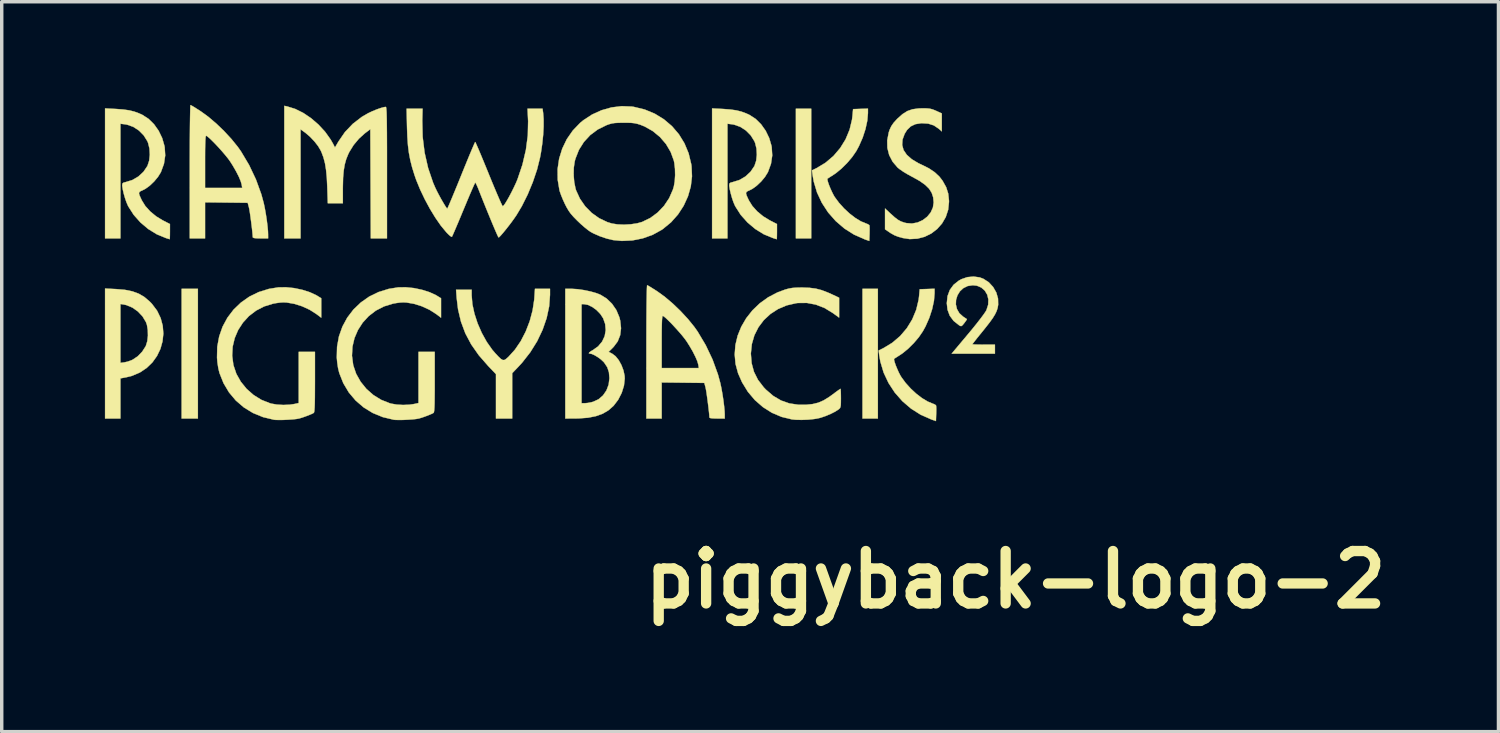
<source format=kicad_pcb>
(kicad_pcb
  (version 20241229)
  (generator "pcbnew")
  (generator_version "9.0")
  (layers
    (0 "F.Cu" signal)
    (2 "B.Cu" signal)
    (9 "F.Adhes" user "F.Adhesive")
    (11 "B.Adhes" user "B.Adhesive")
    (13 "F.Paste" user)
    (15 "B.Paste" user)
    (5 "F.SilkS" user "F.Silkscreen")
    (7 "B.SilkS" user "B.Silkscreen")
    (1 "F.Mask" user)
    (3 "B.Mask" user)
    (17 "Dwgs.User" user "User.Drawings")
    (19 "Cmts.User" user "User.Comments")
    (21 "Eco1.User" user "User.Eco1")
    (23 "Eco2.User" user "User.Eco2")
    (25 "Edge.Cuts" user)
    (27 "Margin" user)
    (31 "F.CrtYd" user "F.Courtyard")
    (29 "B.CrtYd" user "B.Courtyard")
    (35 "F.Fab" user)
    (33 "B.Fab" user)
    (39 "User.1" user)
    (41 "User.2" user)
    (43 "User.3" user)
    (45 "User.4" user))
  (footprint "piggyback-logo-2"
    (layer "F.Cu")
    (at 26.479 13.805)
    (property "Reference" "piggyback-logo-2" (at 0 0 0) (layer "F.SilkS") (effects (font (size 1.524 1.524) (thickness 0.3))))
    (attr through_hole)
    (fp_poly (pts (xy -23.776 -4.687) (xy -24.248 -4.687) (xy -24.248 -8.458) (xy -23.776 -8.458) (xy -23.776 -4.687)) (stroke (width 0.01) (type solid)) (fill yes) (layer "F.SilkS"))
    (fp_poly (pts (xy -5.944 -9.924) (xy -6.389 -9.924) (xy -6.389 -13.695) (xy -5.944 -13.695) (xy -5.944 -9.924)) (stroke (width 0.01) (type solid)) (fill yes) (layer "F.SilkS"))
    (fp_poly (pts (xy -4.006 -4.687) (xy -4.452 -4.687) (xy -4.452 -8.458) (xy -4.006 -8.458) (xy -4.006 -4.687)) (stroke (width 0.01) (type solid)) (fill yes) (layer "F.SilkS"))
    (fp_poly (pts (xy -13.538 -8.281) (xy -13.563 -7.947) (xy -13.636 -7.606) (xy -13.754 -7.266) (xy -13.913 -6.932) (xy -14.112 -6.613) (xy -14.347 -6.313) (xy -14.445 -6.206) (xy -14.638 -6.004) (xy -14.638 -4.687) (xy -15.109 -4.687) (xy -15.109 -5.977) (xy -15.338 -6.217) (xy -15.608 -6.526) (xy -15.828 -6.84) (xy -16 -7.164) (xy -16.126 -7.502) (xy -16.211 -7.86) (xy -16.251 -8.19) (xy -16.269 -8.432) (xy -15.816 -8.432) (xy -15.816 -8.268) (xy -15.795 -8.011) (xy -15.735 -7.735) (xy -15.643 -7.453) (xy -15.522 -7.176) (xy -15.378 -6.916) (xy -15.215 -6.684) (xy -15.124 -6.579) (xy -15.031 -6.48) (xy -14.963 -6.417) (xy -14.91 -6.387) (xy -14.864 -6.389) (xy -14.815 -6.419) (xy -14.752 -6.475) (xy -14.745 -6.481) (xy -14.557 -6.689) (xy -14.388 -6.937) (xy -14.244 -7.216) (xy -14.128 -7.516) (xy -14.044 -7.83) (xy -13.996 -8.146) (xy -13.991 -8.216) (xy -13.975 -8.458) (xy -13.538 -8.458) (xy -13.538 -8.281)) (stroke (width 0.01) (type solid)) (fill yes) (layer "F.SilkS"))
    (fp_poly (pts (xy -26.153 -8.45) (xy -25.896 -8.428) (xy -25.68 -8.384) (xy -25.494 -8.316) (xy -25.329 -8.218) (xy -25.177 -8.088) (xy -25.113 -8.022) (xy -24.962 -7.822) (xy -24.858 -7.607) (xy -24.798 -7.383) (xy -24.78 -7.155) (xy -24.804 -6.93) (xy -24.865 -6.712) (xy -24.964 -6.507) (xy -25.097 -6.32) (xy -25.264 -6.158) (xy -25.461 -6.026) (xy -25.687 -5.929) (xy -25.853 -5.887) (xy -26.028 -5.854) (xy -26.028 -4.687) (xy -26.474 -4.687) (xy -26.474 -6.304) (xy -26.028 -6.304) (xy -25.911 -6.32) (xy -25.815 -6.342) (xy -25.709 -6.38) (xy -25.667 -6.4) (xy -25.524 -6.496) (xy -25.396 -6.629) (xy -25.297 -6.782) (xy -25.286 -6.805) (xy -25.246 -6.936) (xy -25.228 -7.094) (xy -25.232 -7.258) (xy -25.257 -7.41) (xy -25.287 -7.494) (xy -25.387 -7.659) (xy -25.523 -7.802) (xy -25.681 -7.913) (xy -25.852 -7.984) (xy -25.917 -7.999) (xy -26.028 -8.017) (xy -26.028 -6.304) (xy -26.474 -6.304) (xy -26.474 -8.466) (xy -26.153 -8.45)) (stroke (width 0.01) (type solid)) (fill yes) (layer "F.SilkS"))
    (fp_poly (pts (xy -2.357 -8.33) (xy -2.375 -8.109) (xy -2.428 -7.865) (xy -2.51 -7.614) (xy -2.618 -7.369) (xy -2.698 -7.223) (xy -2.815 -7.052) (xy -2.962 -6.879) (xy -3.124 -6.718) (xy -3.287 -6.584) (xy -3.346 -6.544) (xy -3.43 -6.49) (xy -3.495 -6.448) (xy -3.531 -6.425) (xy -3.533 -6.423) (xy -3.535 -6.392) (xy -3.518 -6.325) (xy -3.487 -6.235) (xy -3.445 -6.133) (xy -3.399 -6.03) (xy -3.351 -5.937) (xy -3.323 -5.891) (xy -3.199 -5.722) (xy -3.051 -5.558) (xy -2.889 -5.408) (xy -2.722 -5.28) (xy -2.562 -5.183) (xy -2.429 -5.127) (xy -2.361 -5.101) (xy -2.319 -5.074) (xy -2.314 -5.066) (xy -2.309 -5.027) (xy -2.307 -4.951) (xy -2.309 -4.852) (xy -2.31 -4.824) (xy -2.317 -4.613) (xy -2.448 -4.659) (xy -2.757 -4.795) (xy -3.04 -4.974) (xy -3.293 -5.191) (xy -3.513 -5.441) (xy -3.695 -5.719) (xy -3.837 -6.02) (xy -3.933 -6.34) (xy -3.967 -6.534) (xy -3.983 -6.665) (xy -3.844 -6.733) (xy -3.587 -6.889) (xy -3.358 -7.084) (xy -3.163 -7.313) (xy -3.006 -7.569) (xy -2.89 -7.848) (xy -2.82 -8.141) (xy -2.807 -8.248) (xy -2.789 -8.445) (xy -2.357 -8.46) (xy -2.357 -8.33)) (stroke (width 0.01) (type solid)) (fill yes) (layer "F.SilkS"))
    (fp_poly (pts (xy -4.294 -13.567) (xy -4.313 -13.346) (xy -4.366 -13.102) (xy -4.448 -12.851) (xy -4.556 -12.606) (xy -4.635 -12.46) (xy -4.753 -12.289) (xy -4.9 -12.116) (xy -5.062 -11.955) (xy -5.225 -11.821) (xy -5.284 -11.781) (xy -5.368 -11.727) (xy -5.433 -11.685) (xy -5.468 -11.662) (xy -5.471 -11.66) (xy -5.473 -11.629) (xy -5.456 -11.562) (xy -5.425 -11.472) (xy -5.383 -11.37) (xy -5.336 -11.267) (xy -5.289 -11.175) (xy -5.261 -11.128) (xy -5.136 -10.959) (xy -4.988 -10.795) (xy -4.826 -10.645) (xy -4.66 -10.517) (xy -4.5 -10.42) (xy -4.367 -10.365) (xy -4.299 -10.338) (xy -4.256 -10.311) (xy -4.251 -10.303) (xy -4.247 -10.265) (xy -4.245 -10.188) (xy -4.247 -10.089) (xy -4.247 -10.062) (xy -4.255 -9.85) (xy -4.386 -9.896) (xy -4.695 -10.032) (xy -4.978 -10.211) (xy -5.231 -10.428) (xy -5.451 -10.678) (xy -5.633 -10.956) (xy -5.774 -11.257) (xy -5.87 -11.577) (xy -5.904 -11.771) (xy -5.921 -11.902) (xy -5.782 -11.97) (xy -5.525 -12.126) (xy -5.296 -12.321) (xy -5.101 -12.55) (xy -4.943 -12.806) (xy -4.827 -13.085) (xy -4.757 -13.378) (xy -4.744 -13.486) (xy -4.726 -13.682) (xy -4.51 -13.69) (xy -4.294 -13.697) (xy -4.294 -13.567)) (stroke (width 0.01) (type solid)) (fill yes) (layer "F.SilkS"))
    (fp_poly (pts (xy -21.178 -13.76) (xy -20.946 -13.688) (xy -20.712 -13.572) (xy -20.484 -13.418) (xy -20.27 -13.233) (xy -20.077 -13.024) (xy -19.916 -12.798) (xy -19.848 -12.68) (xy -19.79 -12.567) (xy -19.688 -12.741) (xy -19.499 -13.016) (xy -19.271 -13.255) (xy -19.01 -13.456) (xy -18.83 -13.561) (xy -18.706 -13.62) (xy -18.577 -13.673) (xy -18.457 -13.715) (xy -18.36 -13.741) (xy -18.312 -13.747) (xy -18.305 -13.739) (xy -18.3 -13.713) (xy -18.295 -13.666) (xy -18.29 -13.594) (xy -18.287 -13.495) (xy -18.284 -13.365) (xy -18.282 -13.201) (xy -18.28 -13) (xy -18.279 -12.758) (xy -18.278 -12.473) (xy -18.278 -12.142) (xy -18.278 -11.836) (xy -18.278 -9.924) (xy -18.748 -9.924) (xy -18.755 -11.512) (xy -18.762 -13.099) (xy -18.924 -12.977) (xy -19.092 -12.825) (xy -19.247 -12.64) (xy -19.373 -12.437) (xy -19.405 -12.371) (xy -19.464 -12.225) (xy -19.507 -12.069) (xy -19.536 -11.894) (xy -19.554 -11.689) (xy -19.56 -11.445) (xy -19.561 -11.379) (xy -19.561 -10.946) (xy -19.998 -10.946) (xy -20.014 -11.423) (xy -20.027 -11.691) (xy -20.049 -11.916) (xy -20.08 -12.108) (xy -20.124 -12.275) (xy -20.181 -12.428) (xy -20.205 -12.48) (xy -20.28 -12.607) (xy -20.388 -12.745) (xy -20.515 -12.879) (xy -20.648 -12.993) (xy -20.67 -13.009) (xy -20.791 -13.096) (xy -20.791 -9.924) (xy -21.263 -9.924) (xy -21.263 -13.778) (xy -21.178 -13.76)) (stroke (width 0.01) (type solid)) (fill yes) (layer "F.SilkS"))
    (fp_poly (pts (xy -1.046 -8.79) (xy -0.937 -8.749) (xy -0.78 -8.647) (xy -0.654 -8.51) (xy -0.562 -8.349) (xy -0.512 -8.174) (xy -0.508 -7.994) (xy -0.524 -7.902) (xy -0.553 -7.811) (xy -0.599 -7.715) (xy -0.666 -7.606) (xy -0.759 -7.477) (xy -0.882 -7.32) (xy -0.955 -7.229) (xy -1.051 -7.111) (xy -1.135 -7.007) (xy -1.2 -6.924) (xy -1.243 -6.868) (xy -1.257 -6.847) (xy -1.232 -6.842) (xy -1.165 -6.838) (xy -1.066 -6.836) (xy -0.944 -6.834) (xy -0.93 -6.834) (xy -0.602 -6.834) (xy -0.602 -6.573) (xy -1.86 -6.573) (xy -1.386 -7.138) (xy -1.249 -7.303) (xy -1.125 -7.457) (xy -1.018 -7.595) (xy -0.933 -7.709) (xy -0.874 -7.795) (xy -0.849 -7.838) (xy -0.798 -7.996) (xy -0.792 -8.148) (xy -0.825 -8.286) (xy -0.895 -8.404) (xy -0.997 -8.494) (xy -1.127 -8.549) (xy -1.246 -8.562) (xy -1.396 -8.539) (xy -1.521 -8.477) (xy -1.621 -8.384) (xy -1.692 -8.268) (xy -1.732 -8.139) (xy -1.738 -8.004) (xy -1.707 -7.871) (xy -1.638 -7.75) (xy -1.527 -7.649) (xy -1.524 -7.647) (xy -1.463 -7.607) (xy -1.424 -7.581) (xy -1.417 -7.576) (xy -1.427 -7.554) (xy -1.461 -7.505) (xy -1.492 -7.463) (xy -1.543 -7.401) (xy -1.576 -7.375) (xy -1.607 -7.377) (xy -1.646 -7.4) (xy -1.804 -7.526) (xy -1.915 -7.675) (xy -1.98 -7.849) (xy -2.001 -8.039) (xy -1.98 -8.245) (xy -1.914 -8.424) (xy -1.804 -8.575) (xy -1.651 -8.697) (xy -1.576 -8.738) (xy -1.405 -8.797) (xy -1.223 -8.814) (xy -1.046 -8.79)) (stroke (width 0.01) (type solid)) (fill yes) (layer "F.SilkS"))
    (fp_poly (pts (xy -26.153 -13.687) (xy -25.944 -13.671) (xy -25.773 -13.647) (xy -25.623 -13.61) (xy -25.48 -13.557) (xy -25.384 -13.512) (xy -25.208 -13.398) (xy -25.051 -13.243) (xy -24.917 -13.054) (xy -24.814 -12.841) (xy -24.748 -12.613) (xy -24.741 -12.576) (xy -24.726 -12.335) (xy -24.762 -12.093) (xy -24.848 -11.858) (xy -24.855 -11.843) (xy -24.937 -11.711) (xy -25.048 -11.578) (xy -25.174 -11.458) (xy -25.303 -11.364) (xy -25.383 -11.323) (xy -25.444 -11.296) (xy -25.478 -11.27) (xy -25.488 -11.234) (xy -25.473 -11.177) (xy -25.434 -11.09) (xy -25.403 -11.025) (xy -25.304 -10.865) (xy -25.163 -10.709) (xy -24.993 -10.568) (xy -24.805 -10.452) (xy -24.804 -10.452) (xy -24.588 -10.341) (xy -24.588 -10.119) (xy -24.589 -10.019) (xy -24.591 -9.943) (xy -24.594 -9.903) (xy -24.595 -9.9) (xy -24.621 -9.908) (xy -24.68 -9.926) (xy -24.707 -9.935) (xy -24.97 -10.043) (xy -25.219 -10.196) (xy -25.445 -10.387) (xy -25.641 -10.607) (xy -25.797 -10.851) (xy -25.81 -10.876) (xy -25.852 -10.973) (xy -25.894 -11.095) (xy -25.932 -11.227) (xy -25.96 -11.35) (xy -25.975 -11.447) (xy -25.976 -11.471) (xy -25.969 -11.519) (xy -25.937 -11.545) (xy -25.878 -11.56) (xy -25.683 -11.62) (xy -25.506 -11.723) (xy -25.356 -11.862) (xy -25.244 -12.028) (xy -25.241 -12.034) (xy -25.192 -12.183) (xy -25.173 -12.355) (xy -25.183 -12.534) (xy -25.223 -12.698) (xy -25.246 -12.752) (xy -25.352 -12.921) (xy -25.492 -13.062) (xy -25.656 -13.168) (xy -25.835 -13.231) (xy -25.9 -13.242) (xy -26.028 -13.257) (xy -26.028 -9.924) (xy -26.474 -9.924) (xy -26.474 -13.703) (xy -26.153 -13.687)) (stroke (width 0.01) (type solid)) (fill yes) (layer "F.SilkS"))
    (fp_poly (pts (xy -12.903 -8.458) (xy -12.732 -8.447) (xy -12.542 -8.419) (xy -12.35 -8.378) (xy -12.178 -8.328) (xy -12.079 -8.289) (xy -11.893 -8.176) (xy -11.735 -8.023) (xy -11.608 -7.838) (xy -11.52 -7.627) (xy -11.496 -7.529) (xy -11.473 -7.311) (xy -11.498 -7.11) (xy -11.57 -6.928) (xy -11.688 -6.77) (xy -11.696 -6.762) (xy -11.833 -6.625) (xy -11.73 -6.572) (xy -11.631 -6.497) (xy -11.539 -6.382) (xy -11.461 -6.24) (xy -11.402 -6.084) (xy -11.369 -5.927) (xy -11.365 -5.848) (xy -11.388 -5.642) (xy -11.454 -5.431) (xy -11.556 -5.232) (xy -11.688 -5.059) (xy -11.69 -5.057) (xy -11.837 -4.927) (xy -12.006 -4.827) (xy -12.203 -4.756) (xy -12.434 -4.71) (xy -12.704 -4.69) (xy -12.811 -4.688) (xy -13.093 -4.687) (xy -13.093 -5.132) (xy -12.621 -5.132) (xy -12.521 -5.132) (xy -12.437 -5.14) (xy -12.334 -5.16) (xy -12.283 -5.174) (xy -12.127 -5.246) (xy -11.996 -5.359) (xy -11.896 -5.505) (xy -11.832 -5.675) (xy -11.81 -5.861) (xy -11.825 -6.034) (xy -11.873 -6.178) (xy -11.96 -6.309) (xy -11.975 -6.327) (xy -12.053 -6.401) (xy -12.149 -6.472) (xy -12.246 -6.53) (xy -12.332 -6.566) (xy -12.372 -6.573) (xy -12.409 -6.582) (xy -12.398 -6.607) (xy -12.341 -6.648) (xy -12.293 -6.675) (xy -12.139 -6.784) (xy -12.023 -6.923) (xy -11.948 -7.083) (xy -11.918 -7.256) (xy -11.934 -7.436) (xy -11.993 -7.602) (xy -12.076 -7.728) (xy -12.186 -7.841) (xy -12.311 -7.932) (xy -12.439 -7.992) (xy -12.549 -8.012) (xy -12.621 -8.013) (xy -12.621 -5.132) (xy -13.093 -5.132) (xy -13.093 -8.458) (xy -12.903 -8.458)) (stroke (width 0.01) (type solid)) (fill yes) (layer "F.SilkS"))
    (fp_poly (pts (xy -8.504 -13.687) (xy -8.295 -13.671) (xy -8.124 -13.647) (xy -7.974 -13.61) (xy -7.831 -13.557) (xy -7.735 -13.512) (xy -7.559 -13.398) (xy -7.402 -13.243) (xy -7.268 -13.054) (xy -7.165 -12.841) (xy -7.098 -12.613) (xy -7.092 -12.576) (xy -7.077 -12.335) (xy -7.113 -12.093) (xy -7.199 -11.858) (xy -7.206 -11.843) (xy -7.288 -11.711) (xy -7.399 -11.578) (xy -7.525 -11.458) (xy -7.654 -11.364) (xy -7.734 -11.323) (xy -7.795 -11.296) (xy -7.829 -11.27) (xy -7.839 -11.234) (xy -7.824 -11.177) (xy -7.785 -11.09) (xy -7.754 -11.025) (xy -7.654 -10.865) (xy -7.514 -10.709) (xy -7.344 -10.568) (xy -7.155 -10.452) (xy -7.155 -10.452) (xy -6.939 -10.341) (xy -6.939 -10.119) (xy -6.94 -10.019) (xy -6.942 -9.943) (xy -6.945 -9.903) (xy -6.946 -9.9) (xy -6.972 -9.908) (xy -7.031 -9.926) (xy -7.058 -9.935) (xy -7.321 -10.043) (xy -7.569 -10.196) (xy -7.796 -10.387) (xy -7.992 -10.607) (xy -8.148 -10.851) (xy -8.161 -10.876) (xy -8.203 -10.973) (xy -8.245 -11.095) (xy -8.282 -11.227) (xy -8.311 -11.35) (xy -8.326 -11.447) (xy -8.327 -11.471) (xy -8.32 -11.519) (xy -8.288 -11.545) (xy -8.229 -11.56) (xy -8.034 -11.62) (xy -7.857 -11.723) (xy -7.707 -11.862) (xy -7.595 -12.028) (xy -7.592 -12.034) (xy -7.543 -12.183) (xy -7.524 -12.355) (xy -7.534 -12.534) (xy -7.574 -12.698) (xy -7.597 -12.752) (xy -7.703 -12.921) (xy -7.843 -13.062) (xy -8.007 -13.168) (xy -8.186 -13.231) (xy -8.25 -13.242) (xy -8.379 -13.257) (xy -8.379 -9.924) (xy -8.825 -9.924) (xy -8.825 -13.703) (xy -8.504 -13.687)) (stroke (width 0.01) (type solid)) (fill yes) (layer "F.SilkS"))
    (fp_poly (pts (xy -10.685 -8.549) (xy -10.621 -8.512) (xy -10.532 -8.456) (xy -10.426 -8.388) (xy -10.406 -8.375) (xy -10.189 -8.216) (xy -9.961 -8.022) (xy -9.736 -7.805) (xy -9.525 -7.577) (xy -9.341 -7.35) (xy -9.247 -7.217) (xy -9.01 -6.819) (xy -8.811 -6.399) (xy -8.655 -5.969) (xy -8.585 -5.712) (xy -8.554 -5.564) (xy -8.524 -5.394) (xy -8.497 -5.217) (xy -8.476 -5.047) (xy -8.462 -4.901) (xy -8.458 -4.812) (xy -8.458 -4.687) (xy -8.681 -4.687) (xy -8.799 -4.69) (xy -8.87 -4.698) (xy -8.901 -4.713) (xy -8.903 -4.72) (xy -8.907 -4.789) (xy -8.918 -4.896) (xy -8.933 -5.028) (xy -8.951 -5.171) (xy -8.97 -5.312) (xy -8.988 -5.439) (xy -9.005 -5.538) (xy -9.016 -5.591) (xy -9.051 -5.722) (xy -10.291 -5.736) (xy -10.291 -4.687) (xy -10.736 -4.687) (xy -10.736 -6.625) (xy -10.736 -6.913) (xy -10.291 -6.913) (xy -10.291 -6.154) (xy -9.21 -6.154) (xy -9.226 -6.252) (xy -9.254 -6.351) (xy -9.31 -6.482) (xy -9.387 -6.635) (xy -9.483 -6.8) (xy -9.563 -6.926) (xy -9.622 -7.008) (xy -9.701 -7.107) (xy -9.795 -7.216) (xy -9.895 -7.327) (xy -9.995 -7.435) (xy -10.089 -7.53) (xy -10.169 -7.606) (xy -10.229 -7.656) (xy -10.26 -7.672) (xy -10.27 -7.658) (xy -10.277 -7.612) (xy -10.283 -7.532) (xy -10.287 -7.412) (xy -10.29 -7.25) (xy -10.291 -7.042) (xy -10.291 -6.913) (xy -10.736 -6.913) (xy -10.736 -6.938) (xy -10.735 -7.236) (xy -10.734 -7.514) (xy -10.732 -7.768) (xy -10.73 -7.994) (xy -10.727 -8.188) (xy -10.724 -8.346) (xy -10.721 -8.464) (xy -10.717 -8.537) (xy -10.714 -8.563) (xy -10.685 -8.549)) (stroke (width 0.01) (type solid)) (fill yes) (layer "F.SilkS"))
    (fp_poly (pts (xy -23.961 -13.786) (xy -23.897 -13.749) (xy -23.808 -13.693) (xy -23.702 -13.625) (xy -23.682 -13.612) (xy -23.465 -13.453) (xy -23.237 -13.259) (xy -23.012 -13.042) (xy -22.801 -12.814) (xy -22.617 -12.587) (xy -22.523 -12.454) (xy -22.286 -12.056) (xy -22.087 -11.636) (xy -21.931 -11.206) (xy -21.861 -10.949) (xy -21.83 -10.802) (xy -21.8 -10.631) (xy -21.773 -10.454) (xy -21.752 -10.284) (xy -21.738 -10.138) (xy -21.735 -10.049) (xy -21.734 -9.924) (xy -21.957 -9.924) (xy -22.075 -9.927) (xy -22.146 -9.935) (xy -22.177 -9.95) (xy -22.179 -9.957) (xy -22.184 -10.026) (xy -22.194 -10.133) (xy -22.209 -10.265) (xy -22.227 -10.408) (xy -22.246 -10.55) (xy -22.264 -10.676) (xy -22.281 -10.775) (xy -22.292 -10.828) (xy -22.327 -10.959) (xy -22.947 -10.966) (xy -23.567 -10.973) (xy -23.567 -9.924) (xy -24.012 -9.924) (xy -24.012 -11.862) (xy -24.012 -12.15) (xy -23.567 -12.15) (xy -23.567 -11.391) (xy -22.487 -11.391) (xy -22.502 -11.489) (xy -22.531 -11.588) (xy -22.586 -11.719) (xy -22.664 -11.872) (xy -22.759 -12.037) (xy -22.839 -12.163) (xy -22.898 -12.245) (xy -22.978 -12.344) (xy -23.071 -12.453) (xy -23.171 -12.565) (xy -23.271 -12.672) (xy -23.365 -12.767) (xy -23.445 -12.843) (xy -23.505 -12.893) (xy -23.536 -12.909) (xy -23.546 -12.895) (xy -23.553 -12.85) (xy -23.559 -12.769) (xy -23.563 -12.65) (xy -23.566 -12.487) (xy -23.567 -12.279) (xy -23.567 -12.15) (xy -24.012 -12.15) (xy -24.012 -12.175) (xy -24.011 -12.473) (xy -24.01 -12.751) (xy -24.008 -13.005) (xy -24.006 -13.231) (xy -24.003 -13.425) (xy -24 -13.583) (xy -23.997 -13.701) (xy -23.994 -13.775) (xy -23.99 -13.8) (xy -23.961 -13.786)) (stroke (width 0.01) (type solid)) (fill yes) (layer "F.SilkS"))
    (fp_poly (pts (xy -20.978 -8.479) (xy -20.741 -8.429) (xy -20.521 -8.359) (xy -20.332 -8.271) (xy -20.3 -8.252) (xy -20.189 -8.183) (xy -20.189 -7.618) (xy -20.327 -7.722) (xy -20.524 -7.848) (xy -20.745 -7.95) (xy -20.975 -8.022) (xy -21.197 -8.06) (xy -21.289 -8.064) (xy -21.377 -8.059) (xy -21.49 -8.044) (xy -21.59 -8.026) (xy -21.849 -7.946) (xy -22.083 -7.825) (xy -22.29 -7.667) (xy -22.464 -7.477) (xy -22.604 -7.262) (xy -22.705 -7.026) (xy -22.765 -6.775) (xy -22.779 -6.513) (xy -22.744 -6.248) (xy -22.741 -6.235) (xy -22.657 -5.986) (xy -22.527 -5.756) (xy -22.358 -5.548) (xy -22.157 -5.371) (xy -21.93 -5.23) (xy -21.682 -5.132) (xy -21.641 -5.12) (xy -21.478 -5.092) (xy -21.291 -5.081) (xy -21.105 -5.089) (xy -20.976 -5.108) (xy -20.844 -5.137) (xy -20.844 -6.625) (xy -20.372 -6.625) (xy -20.372 -5.751) (xy -20.373 -5.499) (xy -20.374 -5.296) (xy -20.377 -5.136) (xy -20.381 -5.017) (xy -20.387 -4.932) (xy -20.394 -4.88) (xy -20.403 -4.854) (xy -20.405 -4.852) (xy -20.452 -4.826) (xy -20.534 -4.791) (xy -20.636 -4.752) (xy -20.741 -4.715) (xy -20.831 -4.688) (xy -20.907 -4.674) (xy -21.02 -4.662) (xy -21.154 -4.653) (xy -21.293 -4.646) (xy -21.421 -4.645) (xy -21.523 -4.647) (xy -21.564 -4.652) (xy -21.881 -4.728) (xy -22.174 -4.848) (xy -22.439 -5.01) (xy -22.672 -5.21) (xy -22.87 -5.446) (xy -23.03 -5.715) (xy -23.148 -6.01) (xy -23.182 -6.152) (xy -23.208 -6.323) (xy -23.219 -6.456) (xy -23.212 -6.773) (xy -23.156 -7.075) (xy -23.057 -7.358) (xy -22.916 -7.619) (xy -22.737 -7.854) (xy -22.523 -8.059) (xy -22.278 -8.231) (xy -22.006 -8.364) (xy -21.709 -8.456) (xy -21.435 -8.5) (xy -21.214 -8.503) (xy -20.978 -8.479)) (stroke (width 0.01) (type solid)) (fill yes) (layer "F.SilkS"))
    (fp_poly (pts (xy -17.495 -8.479) (xy -17.259 -8.429) (xy -17.038 -8.359) (xy -16.849 -8.271) (xy -16.818 -8.252) (xy -16.706 -8.183) (xy -16.706 -7.618) (xy -16.844 -7.722) (xy -17.041 -7.848) (xy -17.262 -7.95) (xy -17.492 -8.022) (xy -17.715 -8.06) (xy -17.806 -8.064) (xy -17.895 -8.059) (xy -18.008 -8.044) (xy -18.107 -8.026) (xy -18.366 -7.946) (xy -18.601 -7.825) (xy -18.807 -7.667) (xy -18.982 -7.477) (xy -19.121 -7.262) (xy -19.223 -7.026) (xy -19.282 -6.775) (xy -19.296 -6.513) (xy -19.261 -6.248) (xy -19.259 -6.235) (xy -19.174 -5.986) (xy -19.044 -5.756) (xy -18.876 -5.548) (xy -18.675 -5.371) (xy -18.447 -5.23) (xy -18.2 -5.132) (xy -18.158 -5.12) (xy -17.996 -5.092) (xy -17.809 -5.081) (xy -17.623 -5.089) (xy -17.493 -5.108) (xy -17.361 -5.137) (xy -17.361 -6.625) (xy -16.89 -6.625) (xy -16.89 -5.751) (xy -16.89 -5.499) (xy -16.892 -5.296) (xy -16.894 -5.136) (xy -16.898 -5.017) (xy -16.904 -4.932) (xy -16.911 -4.88) (xy -16.92 -4.854) (xy -16.922 -4.852) (xy -16.97 -4.826) (xy -17.052 -4.791) (xy -17.153 -4.752) (xy -17.258 -4.715) (xy -17.348 -4.688) (xy -17.424 -4.674) (xy -17.537 -4.662) (xy -17.671 -4.653) (xy -17.81 -4.646) (xy -17.938 -4.645) (xy -18.04 -4.647) (xy -18.081 -4.652) (xy -18.399 -4.728) (xy -18.692 -4.848) (xy -18.956 -5.01) (xy -19.189 -5.21) (xy -19.388 -5.446) (xy -19.548 -5.715) (xy -19.665 -6.01) (xy -19.7 -6.152) (xy -19.725 -6.323) (xy -19.737 -6.456) (xy -19.729 -6.773) (xy -19.674 -7.075) (xy -19.574 -7.358) (xy -19.433 -7.619) (xy -19.254 -7.854) (xy -19.04 -8.059) (xy -18.796 -8.231) (xy -18.523 -8.364) (xy -18.226 -8.456) (xy -17.952 -8.5) (xy -17.732 -8.503) (xy -17.495 -8.479)) (stroke (width 0.01) (type solid)) (fill yes) (layer "F.SilkS"))
    (fp_poly (pts (xy -6.206 -8.495) (xy -5.995 -8.487) (xy -5.813 -8.464) (xy -5.639 -8.419) (xy -5.455 -8.348) (xy -5.348 -8.3) (xy -5.132 -8.199) (xy -5.132 -7.621) (xy -5.311 -7.751) (xy -5.555 -7.9) (xy -5.809 -7.999) (xy -6.07 -8.048) (xy -6.335 -8.046) (xy -6.382 -8.04) (xy -6.656 -7.977) (xy -6.907 -7.871) (xy -7.13 -7.726) (xy -7.322 -7.548) (xy -7.478 -7.34) (xy -7.596 -7.106) (xy -7.67 -6.851) (xy -7.698 -6.58) (xy -7.698 -6.567) (xy -7.676 -6.295) (xy -7.608 -6.045) (xy -7.492 -5.813) (xy -7.327 -5.597) (xy -7.26 -5.527) (xy -7.047 -5.344) (xy -6.821 -5.211) (xy -6.579 -5.126) (xy -6.315 -5.087) (xy -6.091 -5.087) (xy -5.902 -5.107) (xy -5.738 -5.147) (xy -5.581 -5.215) (xy -5.418 -5.316) (xy -5.324 -5.384) (xy -5.232 -5.453) (xy -5.156 -5.508) (xy -5.106 -5.542) (xy -5.091 -5.551) (xy -5.087 -5.527) (xy -5.083 -5.461) (xy -5.081 -5.365) (xy -5.08 -5.278) (xy -5.081 -5.156) (xy -5.084 -5.074) (xy -5.093 -5.022) (xy -5.109 -4.988) (xy -5.136 -4.962) (xy -5.15 -4.95) (xy -5.246 -4.888) (xy -5.376 -4.822) (xy -5.521 -4.761) (xy -5.664 -4.712) (xy -5.702 -4.702) (xy -5.853 -4.673) (xy -6.034 -4.654) (xy -6.224 -4.647) (xy -6.399 -4.651) (xy -6.506 -4.662) (xy -6.806 -4.735) (xy -7.088 -4.855) (xy -7.347 -5.019) (xy -7.581 -5.223) (xy -7.784 -5.463) (xy -7.953 -5.738) (xy -8.069 -6) (xy -8.143 -6.272) (xy -8.168 -6.548) (xy -8.147 -6.825) (xy -8.082 -7.096) (xy -7.976 -7.357) (xy -7.832 -7.604) (xy -7.652 -7.832) (xy -7.439 -8.036) (xy -7.196 -8.211) (xy -6.925 -8.353) (xy -6.704 -8.435) (xy -6.596 -8.465) (xy -6.493 -8.483) (xy -6.376 -8.492) (xy -6.227 -8.495) (xy -6.206 -8.495)) (stroke (width 0.01) (type solid)) (fill yes) (layer "F.SilkS"))
    (fp_poly (pts (xy -2.586 -13.704) (xy -2.495 -13.695) (xy -2.416 -13.675) (xy -2.33 -13.641) (xy -2.311 -13.632) (xy -2.147 -13.557) (xy -2.147 -13.035) (xy -2.236 -13.113) (xy -2.378 -13.209) (xy -2.541 -13.261) (xy -2.73 -13.273) (xy -2.747 -13.272) (xy -2.916 -13.245) (xy -3.05 -13.181) (xy -3.158 -13.076) (xy -3.227 -12.964) (xy -3.289 -12.796) (xy -3.299 -12.639) (xy -3.258 -12.491) (xy -3.165 -12.354) (xy -3.022 -12.227) (xy -2.829 -12.111) (xy -2.737 -12.068) (xy -2.524 -11.962) (xy -2.354 -11.848) (xy -2.217 -11.72) (xy -2.124 -11.599) (xy -2.02 -11.413) (xy -1.96 -11.226) (xy -1.938 -11.018) (xy -1.938 -10.984) (xy -1.962 -10.756) (xy -2.031 -10.546) (xy -2.14 -10.358) (xy -2.282 -10.197) (xy -2.453 -10.066) (xy -2.646 -9.971) (xy -2.856 -9.916) (xy -3.078 -9.904) (xy -3.286 -9.936) (xy -3.422 -9.975) (xy -3.529 -10.018) (xy -3.63 -10.075) (xy -3.681 -10.109) (xy -3.797 -10.189) (xy -3.797 -10.794) (xy -3.626 -10.635) (xy -3.513 -10.534) (xy -3.421 -10.464) (xy -3.334 -10.417) (xy -3.24 -10.384) (xy -3.18 -10.369) (xy -3.014 -10.356) (xy -2.852 -10.386) (xy -2.702 -10.454) (xy -2.572 -10.553) (xy -2.47 -10.677) (xy -2.405 -10.821) (xy -2.383 -10.968) (xy -2.397 -11.117) (xy -2.44 -11.249) (xy -2.516 -11.369) (xy -2.632 -11.482) (xy -2.789 -11.593) (xy -2.994 -11.708) (xy -3.01 -11.716) (xy -3.14 -11.787) (xy -3.265 -11.862) (xy -3.368 -11.933) (xy -3.431 -11.983) (xy -3.576 -12.153) (xy -3.676 -12.345) (xy -3.729 -12.554) (xy -3.733 -12.776) (xy -3.689 -13.005) (xy -3.663 -13.083) (xy -3.615 -13.186) (xy -3.548 -13.284) (xy -3.449 -13.393) (xy -3.433 -13.409) (xy -3.289 -13.537) (xy -3.15 -13.625) (xy -2.999 -13.678) (xy -2.823 -13.702) (xy -2.71 -13.706) (xy -2.586 -13.704)) (stroke (width 0.01) (type solid)) (fill yes) (layer "F.SilkS"))
    (fp_poly (pts (xy -11.164 -13.757) (xy -11.102 -13.748) (xy -10.785 -13.671) (xy -10.491 -13.549) (xy -10.226 -13.386) (xy -9.991 -13.186) (xy -9.791 -12.952) (xy -9.629 -12.688) (xy -9.508 -12.398) (xy -9.432 -12.083) (xy -9.423 -12.023) (xy -9.41 -11.728) (xy -9.445 -11.433) (xy -9.527 -11.146) (xy -9.652 -10.873) (xy -9.817 -10.619) (xy -10.019 -10.392) (xy -10.256 -10.197) (xy -10.291 -10.173) (xy -10.554 -10.028) (xy -10.842 -9.925) (xy -11.144 -9.865) (xy -11.45 -9.851) (xy -11.702 -9.875) (xy -11.887 -9.919) (xy -12.086 -9.986) (xy -12.273 -10.068) (xy -12.355 -10.112) (xy -12.433 -10.166) (xy -12.534 -10.247) (xy -12.644 -10.343) (xy -12.742 -10.436) (xy -12.853 -10.549) (xy -12.935 -10.643) (xy -12.999 -10.733) (xy -13.058 -10.834) (xy -13.102 -10.92) (xy -13.159 -11.044) (xy -13.211 -11.17) (xy -13.25 -11.279) (xy -13.263 -11.323) (xy -13.314 -11.63) (xy -13.315 -11.769) (xy -12.851 -11.769) (xy -12.834 -11.561) (xy -12.796 -11.373) (xy -12.779 -11.319) (xy -12.667 -11.076) (xy -12.514 -10.856) (xy -12.327 -10.666) (xy -12.11 -10.511) (xy -11.873 -10.398) (xy -11.74 -10.357) (xy -11.577 -10.331) (xy -11.386 -10.323) (xy -11.189 -10.334) (xy -11.004 -10.362) (xy -10.863 -10.401) (xy -10.623 -10.517) (xy -10.408 -10.676) (xy -10.222 -10.871) (xy -10.072 -11.096) (xy -9.964 -11.344) (xy -9.937 -11.435) (xy -9.911 -11.585) (xy -9.9 -11.763) (xy -9.904 -11.947) (xy -9.923 -12.115) (xy -9.938 -12.188) (xy -10.03 -12.438) (xy -10.166 -12.668) (xy -10.341 -12.872) (xy -10.55 -13.044) (xy -10.787 -13.178) (xy -10.914 -13.229) (xy -11.003 -13.256) (xy -11.088 -13.274) (xy -11.185 -13.284) (xy -11.309 -13.287) (xy -11.404 -13.287) (xy -11.547 -13.285) (xy -11.653 -13.279) (xy -11.737 -13.266) (xy -11.815 -13.245) (xy -11.896 -13.216) (xy -12.149 -13.091) (xy -12.369 -12.927) (xy -12.553 -12.727) (xy -12.698 -12.497) (xy -12.799 -12.24) (xy -12.82 -12.16) (xy -12.847 -11.976) (xy -12.851 -11.769) (xy -13.315 -11.769) (xy -13.317 -11.939) (xy -13.272 -12.242) (xy -13.182 -12.533) (xy -13.05 -12.808) (xy -12.876 -13.059) (xy -12.664 -13.28) (xy -12.57 -13.358) (xy -12.315 -13.525) (xy -12.039 -13.65) (xy -11.749 -13.732) (xy -11.455 -13.768) (xy -11.164 -13.757)) (stroke (width 0.01) (type solid)) (fill yes) (layer "F.SilkS"))
    (fp_poly (pts (xy -17.252 -13.35) (xy -17.241 -12.879) (xy -17.184 -12.417) (xy -17.082 -11.97) (xy -16.938 -11.546) (xy -16.873 -11.395) (xy -16.827 -11.3) (xy -16.771 -11.192) (xy -16.71 -11.08) (xy -16.649 -10.974) (xy -16.595 -10.884) (xy -16.553 -10.819) (xy -16.527 -10.79) (xy -16.525 -10.789) (xy -16.512 -10.813) (xy -16.482 -10.88) (xy -16.437 -10.985) (xy -16.379 -11.123) (xy -16.31 -11.29) (xy -16.232 -11.479) (xy -16.148 -11.686) (xy -16.119 -11.758) (xy -16.033 -11.97) (xy -15.953 -12.165) (xy -15.881 -12.34) (xy -15.819 -12.488) (xy -15.769 -12.605) (xy -15.734 -12.685) (xy -15.715 -12.724) (xy -15.712 -12.726) (xy -15.699 -12.703) (xy -15.669 -12.636) (xy -15.623 -12.531) (xy -15.565 -12.394) (xy -15.496 -12.228) (xy -15.419 -12.041) (xy -15.335 -11.836) (xy -15.318 -11.794) (xy -15.233 -11.586) (xy -15.153 -11.394) (xy -15.081 -11.224) (xy -15.019 -11.08) (xy -14.969 -10.967) (xy -14.933 -10.892) (xy -14.914 -10.859) (xy -14.913 -10.858) (xy -14.887 -10.878) (xy -14.843 -10.937) (xy -14.788 -11.027) (xy -14.724 -11.14) (xy -14.657 -11.267) (xy -14.591 -11.4) (xy -14.53 -11.53) (xy -14.483 -11.641) (xy -14.34 -12.066) (xy -14.239 -12.495) (xy -14.183 -12.92) (xy -14.174 -13.333) (xy -14.176 -13.374) (xy -14.191 -13.695) (xy -13.755 -13.695) (xy -13.738 -13.574) (xy -13.724 -13.394) (xy -13.724 -13.178) (xy -13.737 -12.935) (xy -13.763 -12.68) (xy -13.8 -12.425) (xy -13.828 -12.274) (xy -13.915 -11.925) (xy -14.038 -11.561) (xy -14.187 -11.201) (xy -14.357 -10.861) (xy -14.514 -10.598) (xy -14.579 -10.504) (xy -14.656 -10.397) (xy -14.741 -10.286) (xy -14.825 -10.179) (xy -14.903 -10.084) (xy -14.968 -10.009) (xy -15.014 -9.962) (xy -15.032 -9.951) (xy -15.047 -9.974) (xy -15.078 -10.04) (xy -15.123 -10.143) (xy -15.18 -10.276) (xy -15.246 -10.434) (xy -15.319 -10.611) (xy -15.397 -10.801) (xy -15.476 -10.997) (xy -15.555 -11.195) (xy -15.609 -11.332) (xy -15.648 -11.428) (xy -15.682 -11.502) (xy -15.705 -11.543) (xy -15.71 -11.548) (xy -15.724 -11.525) (xy -15.755 -11.459) (xy -15.801 -11.355) (xy -15.859 -11.221) (xy -15.927 -11.061) (xy -16.002 -10.881) (xy -16.049 -10.769) (xy -16.128 -10.579) (xy -16.201 -10.404) (xy -16.266 -10.251) (xy -16.32 -10.125) (xy -16.36 -10.033) (xy -16.385 -9.979) (xy -16.391 -9.969) (xy -16.416 -9.977) (xy -16.467 -10.017) (xy -16.533 -10.082) (xy -16.561 -10.113) (xy -16.716 -10.301) (xy -16.874 -10.53) (xy -17.031 -10.788) (xy -17.179 -11.063) (xy -17.313 -11.344) (xy -17.427 -11.621) (xy -17.475 -11.758) (xy -17.546 -11.986) (xy -17.6 -12.199) (xy -17.64 -12.41) (xy -17.668 -12.633) (xy -17.685 -12.881) (xy -17.695 -13.152) (xy -17.707 -13.695) (xy -17.475 -13.695) (xy -17.243 -13.695) (xy -17.252 -13.35)) (stroke (width 0.01) (type solid)) (fill yes) (layer "F.SilkS")))
  (gr_rect
    (start -3 -3)
    (end 40.517 18.223)
    (stroke (width 0.1) (type default))
    (fill no)
    (layer "Edge.Cuts")))
</source>
